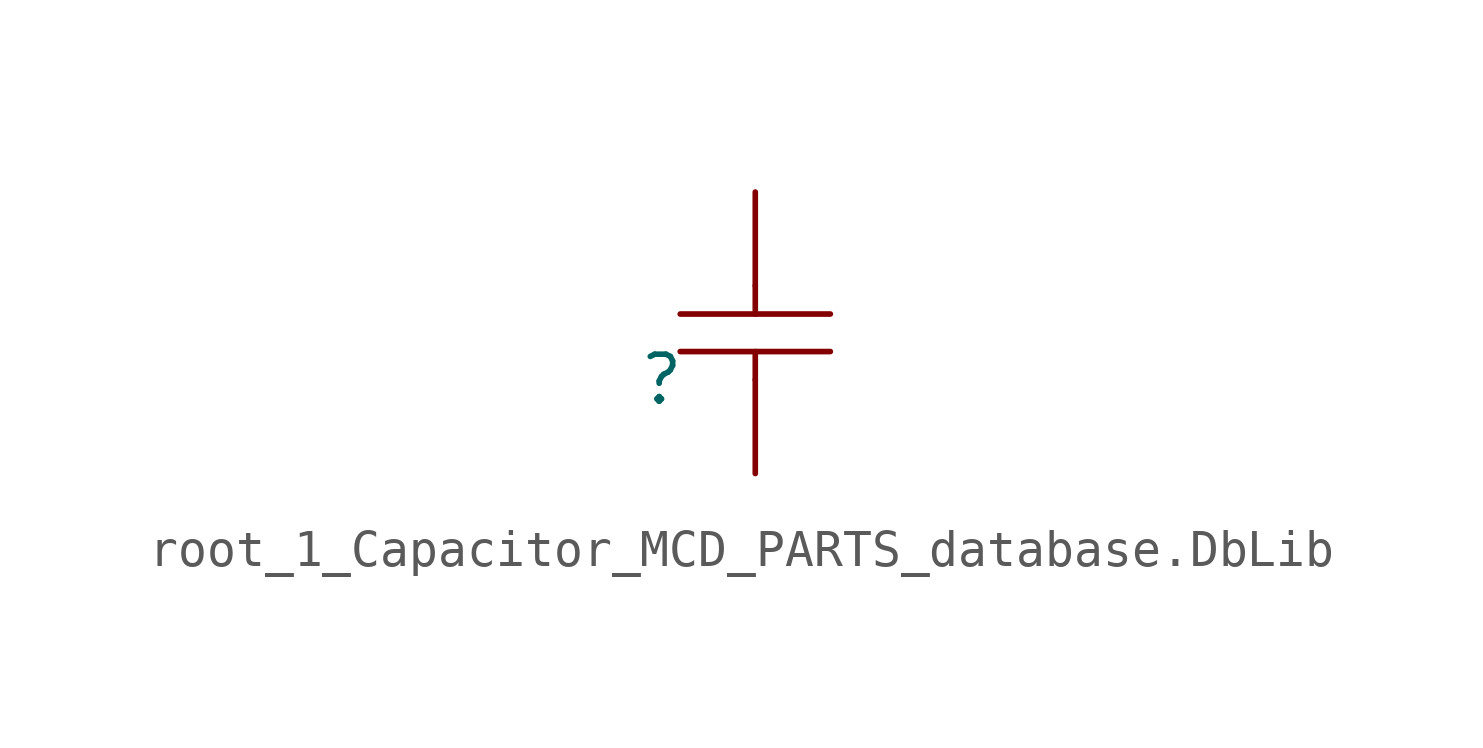
<source format=kicad_sym>
(kicad_symbol_lib
  (version 20241209)
  (generator "kicad_symbol_editor")
  (generator_version "9.0")
  (symbol "root_1_Capacitor_MCD_PARTS_database.DbLib"
    (pin_numbers
      (hide yes))
    (pin_names
      (hide yes))
    (property "Reference" ""
      (at 0 0 0)
      (effects (font (size 1.27 1.27))))
    (property "Value" ""
      (at 0 0 0)
      (effects (font (size 1.27 1.27))))
    (symbol "root_1_Capacitor_MCD_PARTS_database.DbLib_1_0"
      (polyline (pts (xy 0.508 1.778) (xy 4.572 1.778)) (stroke (width 0) (type solid)) (fill (type none)))
      (polyline (pts (xy 2.54 2.54) (xy 2.54 1.778)) (stroke (width 0) (type solid)) (fill (type none)))
      (polyline (pts (xy 2.54 0) (xy 2.54 0.762)) (stroke (width 0) (type solid)) (fill (type none)))
      (polyline (pts (xy 4.572 0.762) (xy 0.508 0.762)) (stroke (width 0) (type solid)) (fill (type none)))
      (pin passive line (at 2.54 5.08 270) (length 2.54) (name "2" (effects (font (size 1.27 1.27)))) (number "2" (effects (font (size 1.27 1.27)))))
      (pin passive line (at 2.54 -2.54 90) (length 2.54) (name "1" (effects (font (size 1.27 1.27)))) (number "1" (effects (font (size 1.27 1.27))))))))
</source>
